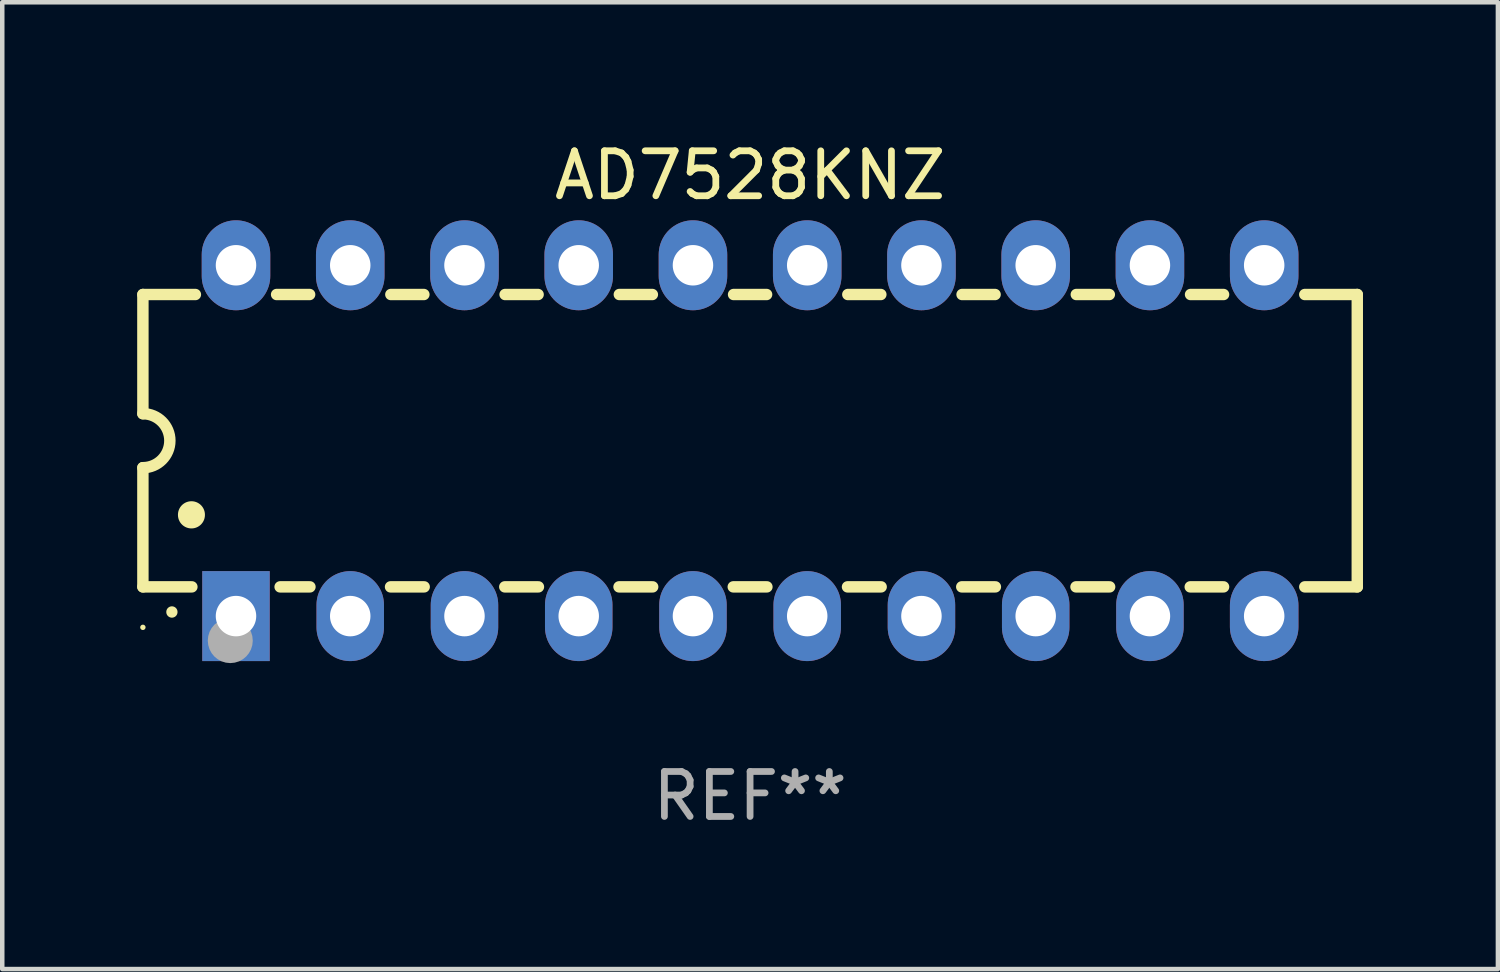
<source format=kicad_pcb>
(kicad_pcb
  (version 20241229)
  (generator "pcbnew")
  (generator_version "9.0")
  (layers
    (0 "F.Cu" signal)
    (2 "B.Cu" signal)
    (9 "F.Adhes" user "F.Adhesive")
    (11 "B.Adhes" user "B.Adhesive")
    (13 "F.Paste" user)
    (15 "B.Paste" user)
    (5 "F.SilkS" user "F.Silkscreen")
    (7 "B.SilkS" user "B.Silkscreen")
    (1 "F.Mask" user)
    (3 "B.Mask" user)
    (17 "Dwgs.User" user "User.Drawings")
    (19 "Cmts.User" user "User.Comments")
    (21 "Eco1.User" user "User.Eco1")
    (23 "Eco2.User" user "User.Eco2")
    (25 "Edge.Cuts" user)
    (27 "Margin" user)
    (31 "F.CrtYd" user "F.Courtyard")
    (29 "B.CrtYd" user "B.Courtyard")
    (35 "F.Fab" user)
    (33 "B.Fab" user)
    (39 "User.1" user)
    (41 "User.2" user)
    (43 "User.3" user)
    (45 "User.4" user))
  (footprint "AD7528KNZ"
    (layer "F.Cu")
    (at 13.627 6.748)
    (property "Reference" "AD7528KNZ" (at 0 -5.9 0) (layer "F.SilkS") (effects (font (size 1 1) (thickness 0.15))))
    (attr through_hole)
    (fp_line (start -13.5 -3.25) (end -12.333 -3.25) (stroke (width 0.254) (type solid)) (layer "F.SilkS"))
    (fp_line (start -13.5 -0.6) (end -13.5 -3.25) (stroke (width 0.254) (type solid)) (layer "F.SilkS"))
    (fp_line (start -13.5 3.25) (end -13.5 0.6) (stroke (width 0.254) (type solid)) (layer "F.SilkS"))
    (fp_line (start -13.5 3.25) (end -12.411 3.25) (stroke (width 0.254) (type solid)) (layer "F.SilkS"))
    (fp_line (start -10.527 -3.25) (end -9.793 -3.25) (stroke (width 0.254) (type solid)) (layer "F.SilkS"))
    (fp_line (start -10.449 3.25) (end -9.786 3.25) (stroke (width 0.254) (type solid)) (layer "F.SilkS"))
    (fp_line (start -7.994 3.25) (end -7.246 3.25) (stroke (width 0.254) (type solid)) (layer "F.SilkS"))
    (fp_line (start -7.987 -3.25) (end -7.253 -3.25) (stroke (width 0.254) (type solid)) (layer "F.SilkS"))
    (fp_line (start -5.454 3.25) (end -4.706 3.25) (stroke (width 0.254) (type solid)) (layer "F.SilkS"))
    (fp_line (start -5.447 -3.25) (end -4.713 -3.25) (stroke (width 0.254) (type solid)) (layer "F.SilkS"))
    (fp_line (start -2.914 3.25) (end -2.166 3.25) (stroke (width 0.254) (type solid)) (layer "F.SilkS"))
    (fp_line (start -2.907 -3.25) (end -2.173 -3.25) (stroke (width 0.254) (type solid)) (layer "F.SilkS"))
    (fp_line (start -0.374 3.25) (end 0.374 3.25) (stroke (width 0.254) (type solid)) (layer "F.SilkS"))
    (fp_line (start -0.367 -3.25) (end 0.367 -3.25) (stroke (width 0.254) (type solid)) (layer "F.SilkS"))
    (fp_line (start 2.166 3.25) (end 2.914 3.25) (stroke (width 0.254) (type solid)) (layer "F.SilkS"))
    (fp_line (start 2.173 -3.25) (end 2.907 -3.25) (stroke (width 0.254) (type solid)) (layer "F.SilkS"))
    (fp_line (start 4.706 3.25) (end 5.454 3.25) (stroke (width 0.254) (type solid)) (layer "F.SilkS"))
    (fp_line (start 4.713 -3.25) (end 5.447 -3.25) (stroke (width 0.254) (type solid)) (layer "F.SilkS"))
    (fp_line (start 7.246 3.25) (end 7.994 3.25) (stroke (width 0.254) (type solid)) (layer "F.SilkS"))
    (fp_line (start 7.253 -3.25) (end 7.987 -3.25) (stroke (width 0.254) (type solid)) (layer "F.SilkS"))
    (fp_line (start 9.786 3.25) (end 10.527 3.25) (stroke (width 0.254) (type solid)) (layer "F.SilkS"))
    (fp_line (start 9.793 -3.25) (end 10.527 -3.25) (stroke (width 0.254) (type solid)) (layer "F.SilkS"))
    (fp_line (start 12.333 -3.25) (end 13.5 -3.25) (stroke (width 0.254) (type solid)) (layer "F.SilkS"))
    (fp_line (start 12.333 3.25) (end 13.5 3.25) (stroke (width 0.254) (type solid)) (layer "F.SilkS"))
    (fp_line (start 13.5 -3.25) (end 13.5 3.25) (stroke (width 0.254) (type solid)) (layer "F.SilkS"))
    (fp_arc (start -13.500127 -0.599442) (mid -12.900406 0.000228) (end -13.500025 0.6) (stroke (width 0.254001) (type solid)) (layer "F.SilkS"))
    (fp_arc (start -12.854966 3.810008) (mid -12.854973 3.808738) (end -12.854966 3.807468) (stroke (width 0.25) (type solid)) (layer "F.SilkS"))
    (fp_arc (start -12.420625 1.651003) (mid -12.420636 1.648463) (end -12.420625 1.645923) (stroke (width 0.6) (type solid)) (layer "F.SilkS"))
    (fp_circle (center -13.5 4.15) (end -13.47 4.15) (stroke (width 0.06) (type solid)) (fill no) (layer "F.SilkS"))
    (fp_circle (center -11.557 4.445) (end -11.307 4.445) (stroke (width 0.5) (type solid)) (fill no) (layer "F.Fab"))
    (fp_text user "REF**" (at 0 7.9 0) (layer "F.Fab") (effects (font (size 1 1) (thickness 0.15))))
    (pad "1" thru_hole rect (at -11.43 3.9 90) (size 2 1.5) (drill 0.9) (layers "*.Cu" "*.Mask"))
    (pad "2" thru_hole oval (at -8.89 3.9 90) (size 2 1.5) (drill 0.9) (layers "*.Cu" "*.Mask"))
    (pad "3" thru_hole oval (at -6.35 3.9 90) (size 2 1.5) (drill 0.9) (layers "*.Cu" "*.Mask"))
    (pad "4" thru_hole oval (at -3.81 3.9 90) (size 2 1.5) (drill 0.9) (layers "*.Cu" "*.Mask"))
    (pad "5" thru_hole oval (at -1.27 3.9 90) (size 2 1.5) (drill 0.9) (layers "*.Cu" "*.Mask"))
    (pad "6" thru_hole oval (at 1.27 3.9 90) (size 2 1.5) (drill 0.9) (layers "*.Cu" "*.Mask"))
    (pad "7" thru_hole oval (at 3.81 3.9 90) (size 2 1.5) (drill 0.9) (layers "*.Cu" "*.Mask"))
    (pad "8" thru_hole oval (at 6.35 3.9 90) (size 2 1.5) (drill 0.9) (layers "*.Cu" "*.Mask"))
    (pad "9" thru_hole oval (at 8.89 3.9 90) (size 2 1.5) (drill 0.9) (layers "*.Cu" "*.Mask"))
    (pad "10" thru_hole oval (at 11.43 3.9 90) (size 2 1.524) (drill 0.9) (layers "*.Cu" "*.Mask"))
    (pad "11" thru_hole oval (at 11.43 -3.9 90) (size 2 1.524) (drill 0.9) (layers "*.Cu" "*.Mask"))
    (pad "12" thru_hole oval (at 8.89 -3.9 90) (size 2 1.524) (drill 0.9) (layers "*.Cu" "*.Mask"))
    (pad "13" thru_hole oval (at 6.35 -3.9 90) (size 2 1.524) (drill 0.9) (layers "*.Cu" "*.Mask"))
    (pad "14" thru_hole oval (at 3.81 -3.9 90) (size 2 1.524) (drill 0.9) (layers "*.Cu" "*.Mask"))
    (pad "15" thru_hole oval (at 1.27 -3.9 90) (size 2 1.524) (drill 0.9) (layers "*.Cu" "*.Mask"))
    (pad "16" thru_hole oval (at -1.27 -3.9 90) (size 2 1.524) (drill 0.9) (layers "*.Cu" "*.Mask"))
    (pad "17" thru_hole oval (at -3.81 -3.9 90) (size 2 1.524) (drill 0.9) (layers "*.Cu" "*.Mask"))
    (pad "18" thru_hole oval (at -6.35 -3.9 90) (size 2 1.524) (drill 0.9) (layers "*.Cu" "*.Mask"))
    (pad "19" thru_hole oval (at -8.89 -3.9 90) (size 2 1.524) (drill 0.9) (layers "*.Cu" "*.Mask"))
    (pad "20" thru_hole oval (at -11.43 -3.9 90) (size 2 1.524) (drill 0.9) (layers "*.Cu" "*.Mask")))
  (gr_rect
    (start -3 -3)
    (end 30.254 18.496)
    (stroke (width 0.1) (type default))
    (fill no)
    (layer "Edge.Cuts")))
</source>
